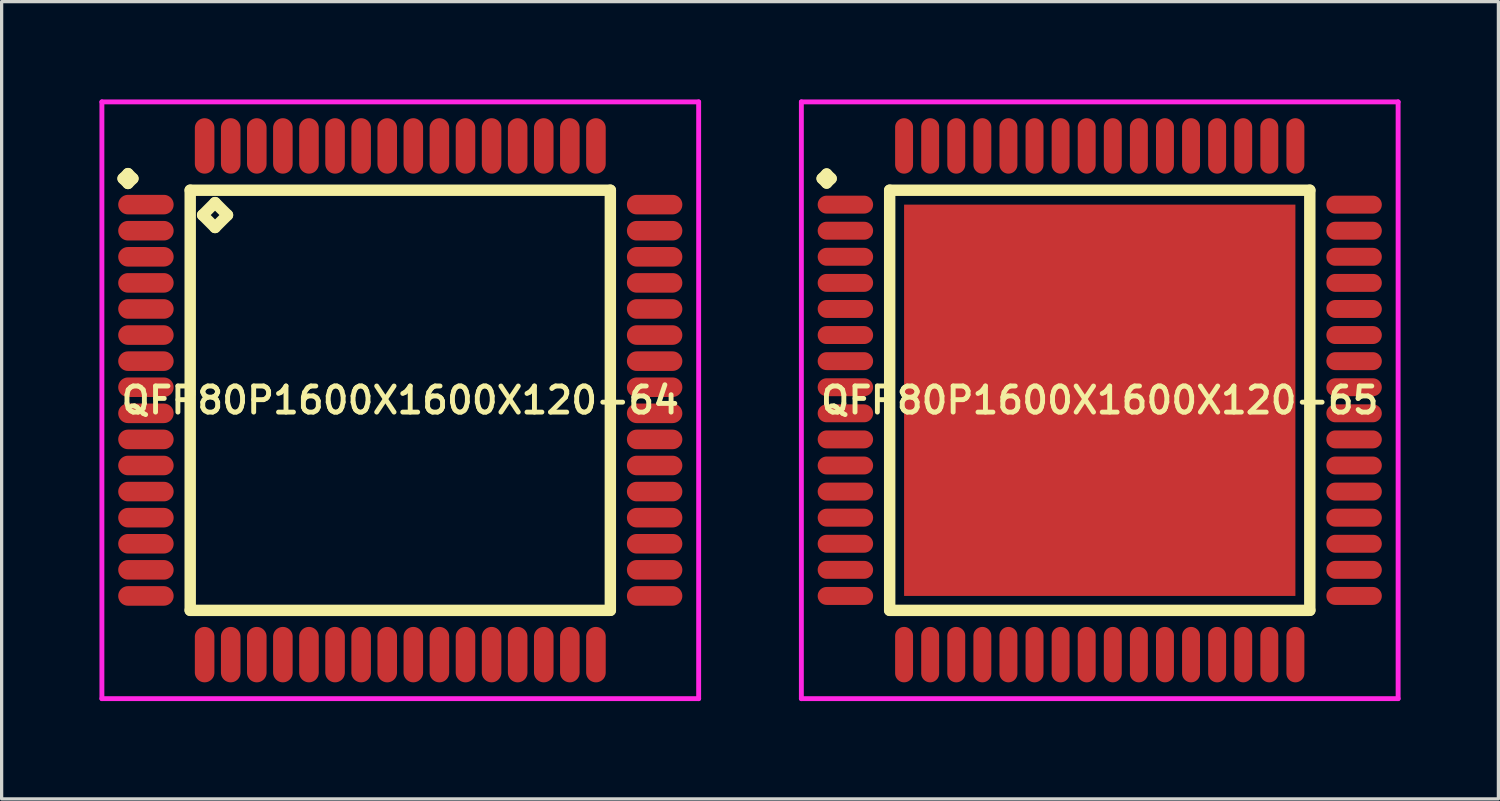
<source format=kicad_pcb>
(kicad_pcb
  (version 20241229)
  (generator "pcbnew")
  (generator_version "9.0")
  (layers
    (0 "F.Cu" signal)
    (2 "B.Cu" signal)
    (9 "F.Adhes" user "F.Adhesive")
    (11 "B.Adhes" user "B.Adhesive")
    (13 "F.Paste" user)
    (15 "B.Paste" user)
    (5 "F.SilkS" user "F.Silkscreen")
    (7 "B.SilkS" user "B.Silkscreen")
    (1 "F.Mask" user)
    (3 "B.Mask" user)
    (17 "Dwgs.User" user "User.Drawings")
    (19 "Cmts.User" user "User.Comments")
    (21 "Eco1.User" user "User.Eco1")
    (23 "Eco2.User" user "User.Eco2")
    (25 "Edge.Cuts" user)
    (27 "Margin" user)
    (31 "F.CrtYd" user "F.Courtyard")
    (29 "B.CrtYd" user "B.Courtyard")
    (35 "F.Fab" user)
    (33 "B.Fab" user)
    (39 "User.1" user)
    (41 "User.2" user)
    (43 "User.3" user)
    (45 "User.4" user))
  (footprint "QFP80P1600X1600X120-65"
    (layer "F.Cu")
    (at 30.675 9.225)
    (property "Reference" "QFP80P1600X1600X120-65" (at 0 0 0) (layer "F.SilkS") (effects (font (size 0.8 0.8) (thickness 0.15))))
    (attr smd)
    (fp_line (start -8.512 -6.8) (end -8.375 -6.938) (stroke (width 0.35) (type solid)) (layer "F.SilkS"))
    (fp_line (start -8.375 -6.938) (end -8.238 -6.8) (stroke (width 0.35) (type solid)) (layer "F.SilkS"))
    (fp_line (start -8.375 -6.662) (end -8.512 -6.8) (stroke (width 0.35) (type solid)) (layer "F.SilkS"))
    (fp_line (start -8.238 -6.8) (end -8.375 -6.662) (stroke (width 0.35) (type solid)) (layer "F.SilkS"))
    (fp_line (start -6.442 -6.442) (end -6.442 6.442) (stroke (width 0.35) (type solid)) (layer "F.SilkS"))
    (fp_line (start -6.442 6.442) (end 6.442 6.442) (stroke (width 0.35) (type solid)) (layer "F.SilkS"))
    (fp_line (start 6.442 -6.442) (end -6.442 -6.442) (stroke (width 0.35) (type solid)) (layer "F.SilkS"))
    (fp_line (start 6.442 6.442) (end 6.442 -6.442) (stroke (width 0.35) (type solid)) (layer "F.SilkS"))
    (fp_line (start -9.15 -9.15) (end 9.15 -9.15) (stroke (width 0.15) (type solid)) (layer "F.CrtYd"))
    (fp_line (start -9.15 9.15) (end -9.15 -9.15) (stroke (width 0.15) (type solid)) (layer "F.CrtYd"))
    (fp_line (start 9.15 -9.15) (end 9.15 9.15) (stroke (width 0.15) (type solid)) (layer "F.CrtYd"))
    (fp_line (start 9.15 9.15) (end -9.15 9.15) (stroke (width 0.15) (type solid)) (layer "F.CrtYd"))
    (pad "1" smd oval (at -7.8 -6) (size 1.7 0.55) (layers "F.Cu" "F.Mask" "F.Paste"))
    (pad "2" smd oval (at -7.8 -5.2) (size 1.7 0.55) (layers "F.Cu" "F.Mask" "F.Paste"))
    (pad "3" smd oval (at -7.8 -4.4) (size 1.7 0.55) (layers "F.Cu" "F.Mask" "F.Paste"))
    (pad "4" smd oval (at -7.8 -3.6) (size 1.7 0.55) (layers "F.Cu" "F.Mask" "F.Paste"))
    (pad "5" smd oval (at -7.8 -2.8) (size 1.7 0.55) (layers "F.Cu" "F.Mask" "F.Paste"))
    (pad "6" smd oval (at -7.8 -2) (size 1.7 0.55) (layers "F.Cu" "F.Mask" "F.Paste"))
    (pad "7" smd oval (at -7.8 -1.2) (size 1.7 0.55) (layers "F.Cu" "F.Mask" "F.Paste"))
    (pad "8" smd oval (at -7.8 -0.4) (size 1.7 0.55) (layers "F.Cu" "F.Mask" "F.Paste"))
    (pad "9" smd oval (at -7.8 0.4) (size 1.7 0.55) (layers "F.Cu" "F.Mask" "F.Paste"))
    (pad "10" smd oval (at -7.8 1.2) (size 1.7 0.55) (layers "F.Cu" "F.Mask" "F.Paste"))
    (pad "11" smd oval (at -7.8 2) (size 1.7 0.55) (layers "F.Cu" "F.Mask" "F.Paste"))
    (pad "12" smd oval (at -7.8 2.8) (size 1.7 0.55) (layers "F.Cu" "F.Mask" "F.Paste"))
    (pad "13" smd oval (at -7.8 3.6) (size 1.7 0.55) (layers "F.Cu" "F.Mask" "F.Paste"))
    (pad "14" smd oval (at -7.8 4.4) (size 1.7 0.55) (layers "F.Cu" "F.Mask" "F.Paste"))
    (pad "15" smd oval (at -7.8 5.2) (size 1.7 0.55) (layers "F.Cu" "F.Mask" "F.Paste"))
    (pad "16" smd oval (at -7.8 6) (size 1.7 0.55) (layers "F.Cu" "F.Mask" "F.Paste"))
    (pad "17" smd oval (at -6 7.8) (size 0.55 1.7) (layers "F.Cu" "F.Mask" "F.Paste"))
    (pad "18" smd oval (at -5.2 7.8) (size 0.55 1.7) (layers "F.Cu" "F.Mask" "F.Paste"))
    (pad "19" smd oval (at -4.4 7.8) (size 0.55 1.7) (layers "F.Cu" "F.Mask" "F.Paste"))
    (pad "20" smd oval (at -3.6 7.8) (size 0.55 1.7) (layers "F.Cu" "F.Mask" "F.Paste"))
    (pad "21" smd oval (at -2.8 7.8) (size 0.55 1.7) (layers "F.Cu" "F.Mask" "F.Paste"))
    (pad "22" smd oval (at -2 7.8) (size 0.55 1.7) (layers "F.Cu" "F.Mask" "F.Paste"))
    (pad "23" smd oval (at -1.2 7.8) (size 0.55 1.7) (layers "F.Cu" "F.Mask" "F.Paste"))
    (pad "24" smd oval (at -0.4 7.8) (size 0.55 1.7) (layers "F.Cu" "F.Mask" "F.Paste"))
    (pad "25" smd oval (at 0.4 7.8) (size 0.55 1.7) (layers "F.Cu" "F.Mask" "F.Paste"))
    (pad "26" smd oval (at 1.2 7.8) (size 0.55 1.7) (layers "F.Cu" "F.Mask" "F.Paste"))
    (pad "27" smd oval (at 2 7.8) (size 0.55 1.7) (layers "F.Cu" "F.Mask" "F.Paste"))
    (pad "28" smd oval (at 2.8 7.8) (size 0.55 1.7) (layers "F.Cu" "F.Mask" "F.Paste"))
    (pad "29" smd oval (at 3.6 7.8) (size 0.55 1.7) (layers "F.Cu" "F.Mask" "F.Paste"))
    (pad "30" smd oval (at 4.4 7.8) (size 0.55 1.7) (layers "F.Cu" "F.Mask" "F.Paste"))
    (pad "31" smd oval (at 5.2 7.8) (size 0.55 1.7) (layers "F.Cu" "F.Mask" "F.Paste"))
    (pad "32" smd oval (at 6 7.8) (size 0.55 1.7) (layers "F.Cu" "F.Mask" "F.Paste"))
    (pad "33" smd oval (at 7.8 6) (size 1.7 0.55) (layers "F.Cu" "F.Mask" "F.Paste"))
    (pad "34" smd oval (at 7.8 5.2) (size 1.7 0.55) (layers "F.Cu" "F.Mask" "F.Paste"))
    (pad "35" smd oval (at 7.8 4.4) (size 1.7 0.55) (layers "F.Cu" "F.Mask" "F.Paste"))
    (pad "36" smd oval (at 7.8 3.6) (size 1.7 0.55) (layers "F.Cu" "F.Mask" "F.Paste"))
    (pad "37" smd oval (at 7.8 2.8) (size 1.7 0.55) (layers "F.Cu" "F.Mask" "F.Paste"))
    (pad "38" smd oval (at 7.8 2) (size 1.7 0.55) (layers "F.Cu" "F.Mask" "F.Paste"))
    (pad "39" smd oval (at 7.8 1.2) (size 1.7 0.55) (layers "F.Cu" "F.Mask" "F.Paste"))
    (pad "40" smd oval (at 7.8 0.4) (size 1.7 0.55) (layers "F.Cu" "F.Mask" "F.Paste"))
    (pad "41" smd oval (at 7.8 -0.4) (size 1.7 0.55) (layers "F.Cu" "F.Mask" "F.Paste"))
    (pad "42" smd oval (at 7.8 -1.2) (size 1.7 0.55) (layers "F.Cu" "F.Mask" "F.Paste"))
    (pad "43" smd oval (at 7.8 -2) (size 1.7 0.55) (layers "F.Cu" "F.Mask" "F.Paste"))
    (pad "44" smd oval (at 7.8 -2.8) (size 1.7 0.55) (layers "F.Cu" "F.Mask" "F.Paste"))
    (pad "45" smd oval (at 7.8 -3.6) (size 1.7 0.55) (layers "F.Cu" "F.Mask" "F.Paste"))
    (pad "46" smd oval (at 7.8 -4.4) (size 1.7 0.55) (layers "F.Cu" "F.Mask" "F.Paste"))
    (pad "47" smd oval (at 7.8 -5.2) (size 1.7 0.55) (layers "F.Cu" "F.Mask" "F.Paste"))
    (pad "48" smd oval (at 7.8 -6) (size 1.7 0.55) (layers "F.Cu" "F.Mask" "F.Paste"))
    (pad "49" smd oval (at 6 -7.8) (size 0.55 1.7) (layers "F.Cu" "F.Mask" "F.Paste"))
    (pad "50" smd oval (at 5.2 -7.8) (size 0.55 1.7) (layers "F.Cu" "F.Mask" "F.Paste"))
    (pad "51" smd oval (at 4.4 -7.8) (size 0.55 1.7) (layers "F.Cu" "F.Mask" "F.Paste"))
    (pad "52" smd oval (at 3.6 -7.8) (size 0.55 1.7) (layers "F.Cu" "F.Mask" "F.Paste"))
    (pad "53" smd oval (at 2.8 -7.8) (size 0.55 1.7) (layers "F.Cu" "F.Mask" "F.Paste"))
    (pad "54" smd oval (at 2 -7.8) (size 0.55 1.7) (layers "F.Cu" "F.Mask" "F.Paste"))
    (pad "55" smd oval (at 1.2 -7.8) (size 0.55 1.7) (layers "F.Cu" "F.Mask" "F.Paste"))
    (pad "56" smd oval (at 0.4 -7.8) (size 0.55 1.7) (layers "F.Cu" "F.Mask" "F.Paste"))
    (pad "57" smd oval (at -0.4 -7.8) (size 0.55 1.7) (layers "F.Cu" "F.Mask" "F.Paste"))
    (pad "58" smd oval (at -1.2 -7.8) (size 0.55 1.7) (layers "F.Cu" "F.Mask" "F.Paste"))
    (pad "59" smd oval (at -2 -7.8) (size 0.55 1.7) (layers "F.Cu" "F.Mask" "F.Paste"))
    (pad "60" smd oval (at -2.8 -7.8) (size 0.55 1.7) (layers "F.Cu" "F.Mask" "F.Paste"))
    (pad "61" smd oval (at -3.6 -7.8) (size 0.55 1.7) (layers "F.Cu" "F.Mask" "F.Paste"))
    (pad "62" smd oval (at -4.4 -7.8) (size 0.55 1.7) (layers "F.Cu" "F.Mask" "F.Paste"))
    (pad "63" smd oval (at -5.2 -7.8) (size 0.55 1.7) (layers "F.Cu" "F.Mask" "F.Paste"))
    (pad "64" smd oval (at -6 -7.8) (size 0.55 1.7) (layers "F.Cu" "F.Mask" "F.Paste"))
    (pad "65" smd rect (at 0 0) (size 12 12) (layers "F.Cu" "F.Mask" "F.Paste")))
  (footprint "QFP80P1600X1600X120-64"
    (layer "F.Cu")
    (at 9.225 9.225)
    (property "Reference" "QFP80P1600X1600X120-64" (at 0 0 0) (layer "F.SilkS") (effects (font (size 0.8 0.8) (thickness 0.15))))
    (attr through_hole)
    (fp_line (start -8.5 -6.8) (end -8.35 -6.95) (stroke (width 0.35) (type solid)) (layer "F.SilkS"))
    (fp_line (start -8.35 -6.95) (end -8.2 -6.8) (stroke (width 0.35) (type solid)) (layer "F.SilkS"))
    (fp_line (start -8.35 -6.65) (end -8.5 -6.8) (stroke (width 0.35) (type solid)) (layer "F.SilkS"))
    (fp_line (start -8.2 -6.8) (end -8.35 -6.65) (stroke (width 0.35) (type solid)) (layer "F.SilkS"))
    (fp_line (start -6.442 -6.442) (end -6.442 6.442) (stroke (width 0.35) (type solid)) (layer "F.SilkS"))
    (fp_line (start -6.442 6.442) (end 6.442 6.442) (stroke (width 0.35) (type solid)) (layer "F.SilkS"))
    (fp_line (start -6.061 -5.68) (end -5.68 -6.061) (stroke (width 0.35) (type solid)) (layer "F.SilkS"))
    (fp_line (start -5.68 -6.061) (end -5.299 -5.68) (stroke (width 0.35) (type solid)) (layer "F.SilkS"))
    (fp_line (start -5.68 -5.299) (end -6.061 -5.68) (stroke (width 0.35) (type solid)) (layer "F.SilkS"))
    (fp_line (start -5.299 -5.68) (end -5.68 -5.299) (stroke (width 0.35) (type solid)) (layer "F.SilkS"))
    (fp_line (start 6.442 -6.442) (end -6.442 -6.442) (stroke (width 0.35) (type solid)) (layer "F.SilkS"))
    (fp_line (start 6.442 6.442) (end 6.442 -6.442) (stroke (width 0.35) (type solid)) (layer "F.SilkS"))
    (fp_line (start -9.15 -9.15) (end 9.15 -9.15) (stroke (width 0.15) (type solid)) (layer "F.CrtYd"))
    (fp_line (start -9.15 9.15) (end -9.15 -9.15) (stroke (width 0.15) (type solid)) (layer "F.CrtYd"))
    (fp_line (start 9.15 -9.15) (end 9.15 9.15) (stroke (width 0.15) (type solid)) (layer "F.CrtYd"))
    (fp_line (start 9.15 9.15) (end -9.15 9.15) (stroke (width 0.15) (type solid)) (layer "F.CrtYd"))
    (pad "1" smd oval (at -7.8 -6) (size 1.7 0.6) (layers "F.Cu" "F.Mask" "F.Paste"))
    (pad "2" smd oval (at -7.8 -5.2) (size 1.7 0.6) (layers "F.Cu" "F.Mask" "F.Paste"))
    (pad "3" smd oval (at -7.8 -4.4) (size 1.7 0.6) (layers "F.Cu" "F.Mask" "F.Paste"))
    (pad "4" smd oval (at -7.8 -3.6) (size 1.7 0.6) (layers "F.Cu" "F.Mask" "F.Paste"))
    (pad "5" smd oval (at -7.8 -2.8) (size 1.7 0.6) (layers "F.Cu" "F.Mask" "F.Paste"))
    (pad "6" smd oval (at -7.8 -2) (size 1.7 0.6) (layers "F.Cu" "F.Mask" "F.Paste"))
    (pad "7" smd oval (at -7.8 -1.2) (size 1.7 0.6) (layers "F.Cu" "F.Mask" "F.Paste"))
    (pad "8" smd oval (at -7.8 -0.4) (size 1.7 0.6) (layers "F.Cu" "F.Mask" "F.Paste"))
    (pad "9" smd oval (at -7.8 0.4) (size 1.7 0.6) (layers "F.Cu" "F.Mask" "F.Paste"))
    (pad "10" smd oval (at -7.8 1.2) (size 1.7 0.6) (layers "F.Cu" "F.Mask" "F.Paste"))
    (pad "11" smd oval (at -7.8 2) (size 1.7 0.6) (layers "F.Cu" "F.Mask" "F.Paste"))
    (pad "12" smd oval (at -7.8 2.8) (size 1.7 0.6) (layers "F.Cu" "F.Mask" "F.Paste"))
    (pad "13" smd oval (at -7.8 3.6) (size 1.7 0.6) (layers "F.Cu" "F.Mask" "F.Paste"))
    (pad "14" smd oval (at -7.8 4.4) (size 1.7 0.6) (layers "F.Cu" "F.Mask" "F.Paste"))
    (pad "15" smd oval (at -7.8 5.2) (size 1.7 0.6) (layers "F.Cu" "F.Mask" "F.Paste"))
    (pad "16" smd oval (at -7.8 6) (size 1.7 0.6) (layers "F.Cu" "F.Mask" "F.Paste"))
    (pad "17" smd oval (at -6 7.8) (size 0.6 1.7) (layers "F.Cu" "F.Mask" "F.Paste"))
    (pad "18" smd oval (at -5.2 7.8) (size 0.6 1.7) (layers "F.Cu" "F.Mask" "F.Paste"))
    (pad "19" smd oval (at -4.4 7.8) (size 0.6 1.7) (layers "F.Cu" "F.Mask" "F.Paste"))
    (pad "20" smd oval (at -3.6 7.8) (size 0.6 1.7) (layers "F.Cu" "F.Mask" "F.Paste"))
    (pad "21" smd oval (at -2.8 7.8) (size 0.6 1.7) (layers "F.Cu" "F.Mask" "F.Paste"))
    (pad "22" smd oval (at -2 7.8) (size 0.6 1.7) (layers "F.Cu" "F.Mask" "F.Paste"))
    (pad "23" smd oval (at -1.2 7.8) (size 0.6 1.7) (layers "F.Cu" "F.Mask" "F.Paste"))
    (pad "24" smd oval (at -0.4 7.8) (size 0.6 1.7) (layers "F.Cu" "F.Mask" "F.Paste"))
    (pad "25" smd oval (at 0.4 7.8) (size 0.6 1.7) (layers "F.Cu" "F.Mask" "F.Paste"))
    (pad "26" smd oval (at 1.2 7.8) (size 0.6 1.7) (layers "F.Cu" "F.Mask" "F.Paste"))
    (pad "27" smd oval (at 2 7.8) (size 0.6 1.7) (layers "F.Cu" "F.Mask" "F.Paste"))
    (pad "28" smd oval (at 2.8 7.8) (size 0.6 1.7) (layers "F.Cu" "F.Mask" "F.Paste"))
    (pad "29" smd oval (at 3.6 7.8) (size 0.6 1.7) (layers "F.Cu" "F.Mask" "F.Paste"))
    (pad "30" smd oval (at 4.4 7.8) (size 0.6 1.7) (layers "F.Cu" "F.Mask" "F.Paste"))
    (pad "31" smd oval (at 5.2 7.8) (size 0.6 1.7) (layers "F.Cu" "F.Mask" "F.Paste"))
    (pad "32" smd oval (at 6 7.8) (size 0.6 1.7) (layers "F.Cu" "F.Mask" "F.Paste"))
    (pad "33" smd oval (at 7.8 6) (size 1.7 0.6) (layers "F.Cu" "F.Mask" "F.Paste"))
    (pad "34" smd oval (at 7.8 5.2) (size 1.7 0.6) (layers "F.Cu" "F.Mask" "F.Paste"))
    (pad "35" smd oval (at 7.8 4.4) (size 1.7 0.6) (layers "F.Cu" "F.Mask" "F.Paste"))
    (pad "36" smd oval (at 7.8 3.6) (size 1.7 0.6) (layers "F.Cu" "F.Mask" "F.Paste"))
    (pad "37" smd oval (at 7.8 2.8) (size 1.7 0.6) (layers "F.Cu" "F.Mask" "F.Paste"))
    (pad "38" smd oval (at 7.8 2) (size 1.7 0.6) (layers "F.Cu" "F.Mask" "F.Paste"))
    (pad "39" smd oval (at 7.8 1.2) (size 1.7 0.6) (layers "F.Cu" "F.Mask" "F.Paste"))
    (pad "40" smd oval (at 7.8 0.4) (size 1.7 0.6) (layers "F.Cu" "F.Mask" "F.Paste"))
    (pad "41" smd oval (at 7.8 -0.4) (size 1.7 0.6) (layers "F.Cu" "F.Mask" "F.Paste"))
    (pad "42" smd oval (at 7.8 -1.2) (size 1.7 0.6) (layers "F.Cu" "F.Mask" "F.Paste"))
    (pad "43" smd oval (at 7.8 -2) (size 1.7 0.6) (layers "F.Cu" "F.Mask" "F.Paste"))
    (pad "44" smd oval (at 7.8 -2.8) (size 1.7 0.6) (layers "F.Cu" "F.Mask" "F.Paste"))
    (pad "45" smd oval (at 7.8 -3.6) (size 1.7 0.6) (layers "F.Cu" "F.Mask" "F.Paste"))
    (pad "46" smd oval (at 7.8 -4.4) (size 1.7 0.6) (layers "F.Cu" "F.Mask" "F.Paste"))
    (pad "47" smd oval (at 7.8 -5.2) (size 1.7 0.6) (layers "F.Cu" "F.Mask" "F.Paste"))
    (pad "48" smd oval (at 7.8 -6) (size 1.7 0.6) (layers "F.Cu" "F.Mask" "F.Paste"))
    (pad "49" smd oval (at 6 -7.8) (size 0.6 1.7) (layers "F.Cu" "F.Mask" "F.Paste"))
    (pad "50" smd oval (at 5.2 -7.8) (size 0.6 1.7) (layers "F.Cu" "F.Mask" "F.Paste"))
    (pad "51" smd oval (at 4.4 -7.8) (size 0.6 1.7) (layers "F.Cu" "F.Mask" "F.Paste"))
    (pad "52" smd oval (at 3.6 -7.8) (size 0.6 1.7) (layers "F.Cu" "F.Mask" "F.Paste"))
    (pad "53" smd oval (at 2.8 -7.8) (size 0.6 1.7) (layers "F.Cu" "F.Mask" "F.Paste"))
    (pad "54" smd oval (at 2 -7.8) (size 0.6 1.7) (layers "F.Cu" "F.Mask" "F.Paste"))
    (pad "55" smd oval (at 1.2 -7.8) (size 0.6 1.7) (layers "F.Cu" "F.Mask" "F.Paste"))
    (pad "56" smd oval (at 0.4 -7.8) (size 0.6 1.7) (layers "F.Cu" "F.Mask" "F.Paste"))
    (pad "57" smd oval (at -0.4 -7.8) (size 0.6 1.7) (layers "F.Cu" "F.Mask" "F.Paste"))
    (pad "58" smd oval (at -1.2 -7.8) (size 0.6 1.7) (layers "F.Cu" "F.Mask" "F.Paste"))
    (pad "59" smd oval (at -2 -7.8) (size 0.6 1.7) (layers "F.Cu" "F.Mask" "F.Paste"))
    (pad "60" smd oval (at -2.8 -7.8) (size 0.6 1.7) (layers "F.Cu" "F.Mask" "F.Paste"))
    (pad "61" smd oval (at -3.6 -7.8) (size 0.6 1.7) (layers "F.Cu" "F.Mask" "F.Paste"))
    (pad "62" smd oval (at -4.4 -7.8) (size 0.6 1.7) (layers "F.Cu" "F.Mask" "F.Paste"))
    (pad "63" smd oval (at -5.2 -7.8) (size 0.6 1.7) (layers "F.Cu" "F.Mask" "F.Paste"))
    (pad "64" smd oval (at -6 -7.8) (size 0.6 1.7) (layers "F.Cu" "F.Mask" "F.Paste")))
  (gr_rect
    (start -3 -3)
    (end 42.9 21.45)
    (stroke (width 0.1) (type default))
    (fill no)
    (layer "Edge.Cuts")))
</source>
